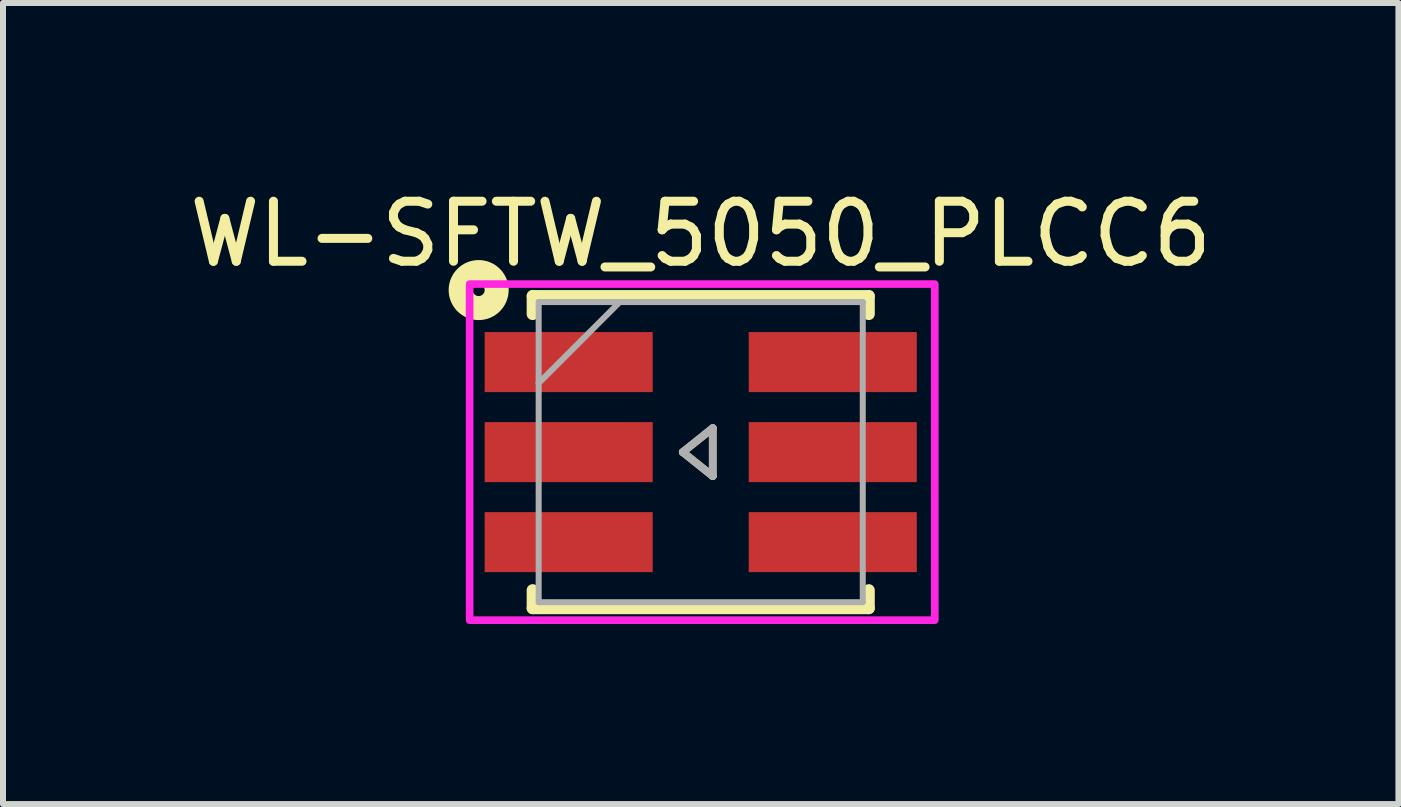
<source format=kicad_pcb>
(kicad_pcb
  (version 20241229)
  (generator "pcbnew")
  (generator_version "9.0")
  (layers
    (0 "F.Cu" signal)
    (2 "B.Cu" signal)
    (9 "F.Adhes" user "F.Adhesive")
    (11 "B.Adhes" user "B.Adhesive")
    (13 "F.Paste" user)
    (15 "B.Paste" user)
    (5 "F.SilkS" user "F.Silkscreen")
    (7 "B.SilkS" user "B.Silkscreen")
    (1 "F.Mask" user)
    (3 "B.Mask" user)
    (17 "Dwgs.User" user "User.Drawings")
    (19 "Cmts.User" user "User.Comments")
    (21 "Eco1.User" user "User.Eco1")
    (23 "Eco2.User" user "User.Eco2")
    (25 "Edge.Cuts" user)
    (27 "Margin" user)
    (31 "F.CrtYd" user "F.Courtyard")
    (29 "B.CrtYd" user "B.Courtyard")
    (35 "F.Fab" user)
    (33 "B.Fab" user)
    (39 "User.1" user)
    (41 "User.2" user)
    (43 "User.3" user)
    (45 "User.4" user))
  (footprint "WL-SFTW_5050_PLCC6"
    (layer "F.Cu")
    (at 8.625 4.483)
    (property "Reference" "WL-SFTW_5050_PLCC6" (at 0 -3.635 0) (layer "F.SilkS") (effects (font (size 1 1) (thickness 0.15))))
    (attr smd)
    (fp_line (start -2.8 -2.6) (end -2.8 -2.3) (stroke (width 0.2) (type solid)) (layer "F.SilkS"))
    (fp_line (start -2.8 -2.6) (end 2.8 -2.6) (stroke (width 0.2) (type solid)) (layer "F.SilkS"))
    (fp_line (start -2.8 2.6) (end -2.8 2.3) (stroke (width 0.2) (type solid)) (layer "F.SilkS"))
    (fp_line (start -2.8 2.6) (end 2.8 2.6) (stroke (width 0.2) (type solid)) (layer "F.SilkS"))
    (fp_line (start -0.3 0) (end 0.2 -0.4) (stroke (width 0.127) (type solid)) (layer "F.SilkS"))
    (fp_line (start 0.2 -0.4) (end 0.2 0.4) (stroke (width 0.127) (type solid)) (layer "F.SilkS"))
    (fp_line (start 0.2 0.4) (end -0.3 0) (stroke (width 0.127) (type solid)) (layer "F.SilkS"))
    (fp_line (start 2.8 -2.6) (end 2.8 -2.3) (stroke (width 0.2) (type solid)) (layer "F.SilkS"))
    (fp_line (start 2.8 2.6) (end 2.8 2.3) (stroke (width 0.2) (type solid)) (layer "F.SilkS"))
    (fp_circle (center -3.7 -2.7) (end -3.6 -2.7) (stroke (width 0.4) (type solid)) (fill no) (layer "F.SilkS"))
    (fp_poly (pts (xy -3.85 -2.8) (xy 3.9 -2.8) (xy 3.9 2.8) (xy -3.85 2.8)) (stroke (width 0.127) (type solid)) (fill no) (layer "F.CrtYd"))
    (fp_line (start -2.7 -2.5) (end -1.35 -2.5) (stroke (width 0.1) (type solid)) (layer "F.Fab"))
    (fp_line (start -2.7 -1.15) (end -2.7 -2.5) (stroke (width 0.1) (type solid)) (layer "F.Fab"))
    (fp_line (start -2.7 -1.15) (end -1.35 -2.5) (stroke (width 0.1) (type solid)) (layer "F.Fab"))
    (fp_line (start -2.7 2.5) (end -2.7 -1.15) (stroke (width 0.1) (type solid)) (layer "F.Fab"))
    (fp_line (start -1.35 -2.5) (end 2.7 -2.5) (stroke (width 0.1) (type solid)) (layer "F.Fab"))
    (fp_line (start -0.3 0) (end 0.2 -0.4) (stroke (width 0.127) (type solid)) (layer "F.Fab"))
    (fp_line (start 0.2 -0.4) (end 0.2 0.4) (stroke (width 0.127) (type solid)) (layer "F.Fab"))
    (fp_line (start 0.2 0.4) (end -0.3 0) (stroke (width 0.127) (type solid)) (layer "F.Fab"))
    (fp_line (start 2.7 -2.5) (end 2.7 2.5) (stroke (width 0.1) (type solid)) (layer "F.Fab"))
    (fp_line (start 2.7 2.5) (end -2.7 2.5) (stroke (width 0.1) (type solid)) (layer "F.Fab"))
    (pad "1" smd rect (at -2.2 -1.5) (size 2.8 1) (layers "F.Cu" "F.Mask" "F.Paste"))
    (pad "2" smd rect (at 2.2 -1.5) (size 2.8 1) (layers "F.Cu" "F.Mask" "F.Paste"))
    (pad "3" smd rect (at -2.2 0) (size 2.8 1) (layers "F.Cu" "F.Mask" "F.Paste"))
    (pad "4" smd rect (at 2.2 0) (size 2.8 1) (layers "F.Cu" "F.Mask" "F.Paste"))
    (pad "5" smd rect (at -2.2 1.5) (size 2.8 1) (layers "F.Cu" "F.Mask" "F.Paste"))
    (pad "6" smd rect (at 2.2 1.5) (size 2.8 1) (layers "F.Cu" "F.Mask" "F.Paste")))
  (gr_rect
    (start -3 -3)
    (end 20.25 10.347)
    (stroke (width 0.1) (type default))
    (fill no)
    (layer "Edge.Cuts")))
</source>
